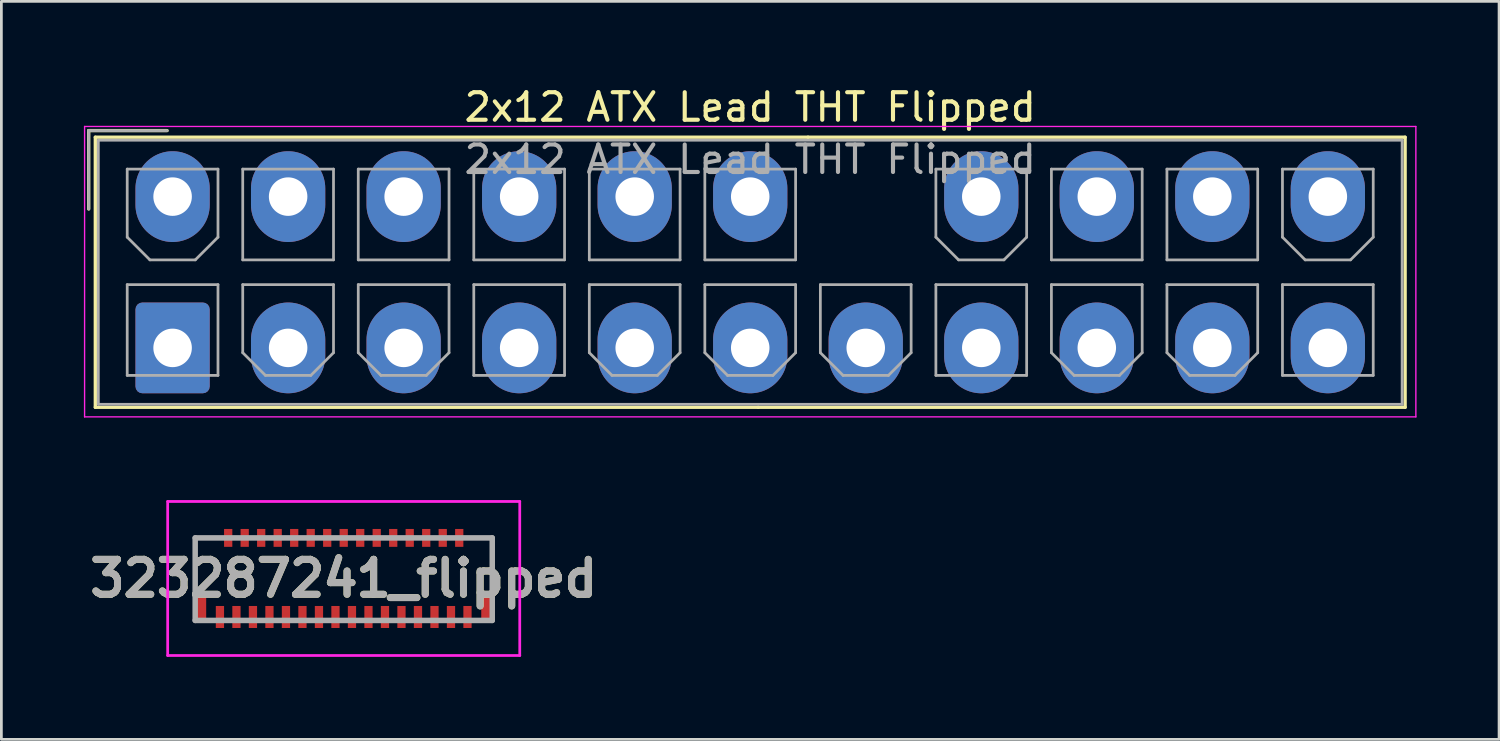
<source format=kicad_pcb>
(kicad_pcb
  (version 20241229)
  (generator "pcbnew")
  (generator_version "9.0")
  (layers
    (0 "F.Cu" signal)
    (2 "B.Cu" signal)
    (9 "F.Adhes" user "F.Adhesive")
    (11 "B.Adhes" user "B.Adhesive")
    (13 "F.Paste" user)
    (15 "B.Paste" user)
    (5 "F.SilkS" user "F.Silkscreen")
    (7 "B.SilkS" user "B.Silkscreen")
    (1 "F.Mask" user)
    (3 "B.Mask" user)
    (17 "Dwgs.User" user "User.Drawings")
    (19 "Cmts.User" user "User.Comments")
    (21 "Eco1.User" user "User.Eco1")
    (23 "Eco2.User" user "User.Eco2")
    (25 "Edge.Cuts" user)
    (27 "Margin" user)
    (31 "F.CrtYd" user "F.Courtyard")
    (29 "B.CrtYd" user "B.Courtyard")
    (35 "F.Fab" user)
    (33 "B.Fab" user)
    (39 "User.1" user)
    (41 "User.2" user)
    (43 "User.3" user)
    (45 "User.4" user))
  (footprint "323287241_flipped"
    (layer "F.Cu")
    (at 9.446 17.981)
    (property "Reference" "323287241_flipped" (at 0 0 0) (layer "F.SilkS") (effects (font (size 1.27 1.27) (thickness 0.254))))
    (attr smd)
    (fp_line (start -5.4 -1.475) (end -5.4 0.525) (stroke (width 0.1) (type solid)) (layer "F.SilkS"))
    (fp_line (start -4.8 -1.475) (end -5.4 -1.475) (stroke (width 0.1) (type solid)) (layer "F.SilkS"))
    (fp_line (start 4.7 -1.475) (end 5.4 -1.475) (stroke (width 0.1) (type solid)) (layer "F.SilkS"))
    (fp_line (start 5.4 -1.475) (end 5.4 0.525) (stroke (width 0.1) (type solid)) (layer "F.SilkS"))
    (fp_line (start -6.4 -2.8) (end 6.4 -2.8) (stroke (width 0.1) (type solid)) (layer "F.CrtYd"))
    (fp_line (start -6.4 2.8) (end -6.4 -2.8) (stroke (width 0.1) (type solid)) (layer "F.CrtYd"))
    (fp_line (start 6.4 -2.8) (end 6.4 2.8) (stroke (width 0.1) (type solid)) (layer "F.CrtYd"))
    (fp_line (start 6.4 2.8) (end -6.4 2.8) (stroke (width 0.1) (type solid)) (layer "F.CrtYd"))
    (fp_line (start -5.4 -1.475) (end 5.4 -1.475) (stroke (width 0.2) (type solid)) (layer "F.Fab"))
    (fp_line (start -5.4 1.525) (end -5.4 -1.475) (stroke (width 0.2) (type solid)) (layer "F.Fab"))
    (fp_line (start 5.4 -1.475) (end 5.4 1.525) (stroke (width 0.2) (type solid)) (layer "F.Fab"))
    (fp_line (start 5.4 1.525) (end -5.4 1.525) (stroke (width 0.2) (type solid)) (layer "F.Fab"))
    (fp_text user "${REFERENCE}" (at 0 0 0) (layer "F.Fab") (effects (font (size 1.27 1.27) (thickness 0.254))))
    (pad "1" smd rect (at 4.5 1.4) (size 0.3 0.8) (layers "F.Cu" "F.Mask" "F.Paste"))
    (pad "2" smd rect (at 4.2 -1.475) (size 0.3 0.65) (layers "F.Cu" "F.Mask" "F.Paste"))
    (pad "3" smd rect (at 3.9 1.4) (size 0.3 0.8) (layers "F.Cu" "F.Mask" "F.Paste"))
    (pad "4" smd rect (at 3.6 -1.475) (size 0.3 0.65) (layers "F.Cu" "F.Mask" "F.Paste"))
    (pad "5" smd rect (at 3.3 1.4) (size 0.3 0.8) (layers "F.Cu" "F.Mask" "F.Paste"))
    (pad "6" smd rect (at 3 -1.475) (size 0.3 0.65) (layers "F.Cu" "F.Mask" "F.Paste"))
    (pad "7" smd rect (at 2.7 1.4) (size 0.3 0.8) (layers "F.Cu" "F.Mask" "F.Paste"))
    (pad "8" smd rect (at 2.4 -1.475) (size 0.3 0.65) (layers "F.Cu" "F.Mask" "F.Paste"))
    (pad "9" smd rect (at 2.1 1.4) (size 0.3 0.8) (layers "F.Cu" "F.Mask" "F.Paste"))
    (pad "10" smd rect (at 1.8 -1.475) (size 0.3 0.65) (layers "F.Cu" "F.Mask" "F.Paste"))
    (pad "11" smd rect (at 1.5 1.4) (size 0.3 0.8) (layers "F.Cu" "F.Mask" "F.Paste"))
    (pad "12" smd rect (at 1.2 -1.475) (size 0.3 0.65) (layers "F.Cu" "F.Mask" "F.Paste"))
    (pad "13" smd rect (at 0.9 1.4) (size 0.3 0.8) (layers "F.Cu" "F.Mask" "F.Paste"))
    (pad "14" smd rect (at 0.6 -1.475) (size 0.3 0.65) (layers "F.Cu" "F.Mask" "F.Paste"))
    (pad "15" smd rect (at 0.3 1.4) (size 0.3 0.8) (layers "F.Cu" "F.Mask" "F.Paste"))
    (pad "16" smd rect (at 0 -1.475) (size 0.3 0.65) (layers "F.Cu" "F.Mask" "F.Paste"))
    (pad "17" smd rect (at -0.3 1.4) (size 0.3 0.8) (layers "F.Cu" "F.Mask" "F.Paste"))
    (pad "18" smd rect (at -0.6 -1.475) (size 0.3 0.65) (layers "F.Cu" "F.Mask" "F.Paste"))
    (pad "19" smd rect (at -0.9 1.4) (size 0.3 0.8) (layers "F.Cu" "F.Mask" "F.Paste"))
    (pad "20" smd rect (at -1.2 -1.475) (size 0.3 0.65) (layers "F.Cu" "F.Mask" "F.Paste"))
    (pad "21" smd rect (at -1.5 1.4) (size 0.3 0.8) (layers "F.Cu" "F.Mask" "F.Paste"))
    (pad "22" smd rect (at -1.8 -1.475) (size 0.3 0.65) (layers "F.Cu" "F.Mask" "F.Paste"))
    (pad "23" smd rect (at -2.1 1.4) (size 0.3 0.8) (layers "F.Cu" "F.Mask" "F.Paste"))
    (pad "24" smd rect (at -2.4 -1.475) (size 0.3 0.65) (layers "F.Cu" "F.Mask" "F.Paste"))
    (pad "25" smd rect (at -2.7 1.4) (size 0.3 0.8) (layers "F.Cu" "F.Mask" "F.Paste"))
    (pad "26" smd rect (at -3 -1.475) (size 0.3 0.65) (layers "F.Cu" "F.Mask" "F.Paste"))
    (pad "27" smd rect (at -3.3 1.4) (size 0.3 0.8) (layers "F.Cu" "F.Mask" "F.Paste"))
    (pad "28" smd rect (at -3.6 -1.475) (size 0.3 0.65) (layers "F.Cu" "F.Mask" "F.Paste"))
    (pad "29" smd rect (at -3.9 1.4) (size 0.3 0.8) (layers "F.Cu" "F.Mask" "F.Paste"))
    (pad "30" smd rect (at -4.2 -1.475) (size 0.3 0.65) (layers "F.Cu" "F.Mask" "F.Paste"))
    (pad "31" smd rect (at -4.5 1.4) (size 0.3 0.8) (layers "F.Cu" "F.Mask" "F.Paste"))
    (pad "MP1" smd rect (at -5.2 1.125) (size 0.4 0.95) (layers "F.Cu" "F.Mask" "F.Paste"))
    (pad "MP2" smd rect (at 5.2 1.125) (size 0.4 0.95) (layers "F.Cu" "F.Mask" "F.Paste")))
  (footprint "2x12 ATX Lead THT Flipped"
    (layer "F.Cu")
    (at 3.225 4.298)
    (property "Reference" "2x12 ATX Lead THT Flipped" (at 21 -3.45 0) (layer "F.SilkS") (effects (font (size 1 1) (thickness 0.15))))
    (attr through_hole exclude_from_bom)
    (fp_line (start -3.05 -2.6) (end -3.05 0.25) (stroke (width 0.12) (type solid)) (layer "F.SilkS"))
    (fp_line (start -2.81 -2.36) (end -2.81 7.46) (stroke (width 0.12) (type solid)) (layer "F.SilkS"))
    (fp_line (start -2.81 7.46) (end 21.29 7.46) (stroke (width 0.12) (type solid)) (layer "F.SilkS"))
    (fp_line (start -0.2 -2.6) (end -3.05 -2.6) (stroke (width 0.12) (type solid)) (layer "F.SilkS"))
    (fp_line (start 23.1 -2.36) (end -2.81 -2.36) (stroke (width 0.12) (type solid)) (layer "F.SilkS"))
    (fp_line (start 23.1 -2.36) (end 44.81 -2.36) (stroke (width 0.12) (type solid)) (layer "F.SilkS"))
    (fp_line (start 44.81 -2.36) (end 44.81 7.46) (stroke (width 0.12) (type solid)) (layer "F.SilkS"))
    (fp_line (start 44.81 7.46) (end 21.29 7.46) (stroke (width 0.12) (type solid)) (layer "F.SilkS"))
    (fp_line (start -3.2 -2.75) (end -3.2 7.808) (stroke (width 0.05) (type solid)) (layer "F.CrtYd"))
    (fp_line (start -3.2 7.808) (end 45.2 7.808) (stroke (width 0.05) (type solid)) (layer "F.CrtYd"))
    (fp_line (start 45.2 -2.75) (end -3.2 -2.75) (stroke (width 0.05) (type solid)) (layer "F.CrtYd"))
    (fp_line (start 45.2 7.808) (end 45.2 -2.75) (stroke (width 0.05) (type solid)) (layer "F.CrtYd"))
    (fp_line (start -3.05 -2.6) (end -3.05 0.25) (stroke (width 0.1) (type solid)) (layer "F.Fab"))
    (fp_line (start -2.7 -2.25) (end -2.7 7.35) (stroke (width 0.1) (type solid)) (layer "F.Fab"))
    (fp_line (start -2.7 7.35) (end 44.7 7.35) (stroke (width 0.1) (type solid)) (layer "F.Fab"))
    (fp_line (start -1.65 -1.2) (end -1.65 1.275) (stroke (width 0.1) (type solid)) (layer "F.Fab"))
    (fp_line (start -1.65 1.275) (end -0.825 2.1) (stroke (width 0.1) (type solid)) (layer "F.Fab"))
    (fp_line (start -1.65 3) (end 1.65 3) (stroke (width 0.1) (type solid)) (layer "F.Fab"))
    (fp_line (start -1.65 6.3) (end -1.65 3) (stroke (width 0.1) (type solid)) (layer "F.Fab"))
    (fp_line (start -0.825 2.1) (end 0.825 2.1) (stroke (width 0.1) (type solid)) (layer "F.Fab"))
    (fp_line (start -0.2 -2.6) (end -3.05 -2.6) (stroke (width 0.1) (type solid)) (layer "F.Fab"))
    (fp_line (start 0.825 2.1) (end 1.65 1.275) (stroke (width 0.1) (type solid)) (layer "F.Fab"))
    (fp_line (start 1.65 -1.2) (end -1.65 -1.2) (stroke (width 0.1) (type solid)) (layer "F.Fab"))
    (fp_line (start 1.65 1.275) (end 1.65 -1.2) (stroke (width 0.1) (type solid)) (layer "F.Fab"))
    (fp_line (start 1.65 3) (end 1.65 6.3) (stroke (width 0.1) (type solid)) (layer "F.Fab"))
    (fp_line (start 1.65 6.3) (end -1.65 6.3) (stroke (width 0.1) (type solid)) (layer "F.Fab"))
    (fp_line (start 2.55 -1.2) (end 5.85 -1.2) (stroke (width 0.1) (type solid)) (layer "F.Fab"))
    (fp_line (start 2.55 2.1) (end 2.55 -1.2) (stroke (width 0.1) (type solid)) (layer "F.Fab"))
    (fp_line (start 2.55 3) (end 2.55 5.475) (stroke (width 0.1) (type solid)) (layer "F.Fab"))
    (fp_line (start 2.55 5.475) (end 3.375 6.3) (stroke (width 0.1) (type solid)) (layer "F.Fab"))
    (fp_line (start 3.375 6.3) (end 5.025 6.3) (stroke (width 0.1) (type solid)) (layer "F.Fab"))
    (fp_line (start 5.025 6.3) (end 5.85 5.475) (stroke (width 0.1) (type solid)) (layer "F.Fab"))
    (fp_line (start 5.85 -1.2) (end 5.85 2.1) (stroke (width 0.1) (type solid)) (layer "F.Fab"))
    (fp_line (start 5.85 2.1) (end 2.55 2.1) (stroke (width 0.1) (type solid)) (layer "F.Fab"))
    (fp_line (start 5.85 3) (end 2.55 3) (stroke (width 0.1) (type solid)) (layer "F.Fab"))
    (fp_line (start 5.85 5.475) (end 5.85 3) (stroke (width 0.1) (type solid)) (layer "F.Fab"))
    (fp_line (start 6.75 -1.2) (end 10.05 -1.2) (stroke (width 0.1) (type solid)) (layer "F.Fab"))
    (fp_line (start 6.75 2.1) (end 6.75 -1.2) (stroke (width 0.1) (type solid)) (layer "F.Fab"))
    (fp_line (start 6.75 3) (end 6.75 5.475) (stroke (width 0.1) (type solid)) (layer "F.Fab"))
    (fp_line (start 6.75 5.475) (end 7.575 6.3) (stroke (width 0.1) (type solid)) (layer "F.Fab"))
    (fp_line (start 7.575 6.3) (end 9.225 6.3) (stroke (width 0.1) (type solid)) (layer "F.Fab"))
    (fp_line (start 9.225 6.3) (end 10.05 5.475) (stroke (width 0.1) (type solid)) (layer "F.Fab"))
    (fp_line (start 10.05 -1.2) (end 10.05 2.1) (stroke (width 0.1) (type solid)) (layer "F.Fab"))
    (fp_line (start 10.05 2.1) (end 6.75 2.1) (stroke (width 0.1) (type solid)) (layer "F.Fab"))
    (fp_line (start 10.05 3) (end 6.75 3) (stroke (width 0.1) (type solid)) (layer "F.Fab"))
    (fp_line (start 10.05 5.475) (end 10.05 3) (stroke (width 0.1) (type solid)) (layer "F.Fab"))
    (fp_line (start 10.95 -1.2) (end 14.25 -1.2) (stroke (width 0.1) (type solid)) (layer "F.Fab"))
    (fp_line (start 10.95 2.1) (end 10.95 -1.2) (stroke (width 0.1) (type solid)) (layer "F.Fab"))
    (fp_line (start 10.95 3) (end 14.25 3) (stroke (width 0.1) (type solid)) (layer "F.Fab"))
    (fp_line (start 10.95 6.3) (end 10.95 3) (stroke (width 0.1) (type solid)) (layer "F.Fab"))
    (fp_line (start 14.25 -1.2) (end 14.25 2.1) (stroke (width 0.1) (type solid)) (layer "F.Fab"))
    (fp_line (start 14.25 2.1) (end 10.95 2.1) (stroke (width 0.1) (type solid)) (layer "F.Fab"))
    (fp_line (start 14.25 3) (end 14.25 6.3) (stroke (width 0.1) (type solid)) (layer "F.Fab"))
    (fp_line (start 14.25 6.3) (end 10.95 6.3) (stroke (width 0.1) (type solid)) (layer "F.Fab"))
    (fp_line (start 15.15 -1.2) (end 18.45 -1.2) (stroke (width 0.1) (type solid)) (layer "F.Fab"))
    (fp_line (start 15.15 2.1) (end 15.15 -1.2) (stroke (width 0.1) (type solid)) (layer "F.Fab"))
    (fp_line (start 15.15 3) (end 15.15 5.475) (stroke (width 0.1) (type solid)) (layer "F.Fab"))
    (fp_line (start 15.15 5.475) (end 15.975 6.3) (stroke (width 0.1) (type solid)) (layer "F.Fab"))
    (fp_line (start 15.975 6.3) (end 17.625 6.3) (stroke (width 0.1) (type solid)) (layer "F.Fab"))
    (fp_line (start 17.625 6.3) (end 18.45 5.475) (stroke (width 0.1) (type solid)) (layer "F.Fab"))
    (fp_line (start 18.45 -1.2) (end 18.45 2.1) (stroke (width 0.1) (type solid)) (layer "F.Fab"))
    (fp_line (start 18.45 2.1) (end 15.15 2.1) (stroke (width 0.1) (type solid)) (layer "F.Fab"))
    (fp_line (start 18.45 3) (end 15.15 3) (stroke (width 0.1) (type solid)) (layer "F.Fab"))
    (fp_line (start 18.45 5.475) (end 18.45 3) (stroke (width 0.1) (type solid)) (layer "F.Fab"))
    (fp_line (start 19.35 -1.2) (end 22.65 -1.2) (stroke (width 0.1) (type solid)) (layer "F.Fab"))
    (fp_line (start 19.35 2.1) (end 19.35 -1.2) (stroke (width 0.1) (type solid)) (layer "F.Fab"))
    (fp_line (start 19.35 3) (end 19.35 5.475) (stroke (width 0.1) (type solid)) (layer "F.Fab"))
    (fp_line (start 19.35 5.475) (end 20.175 6.3) (stroke (width 0.1) (type solid)) (layer "F.Fab"))
    (fp_line (start 20.175 6.3) (end 21.825 6.3) (stroke (width 0.1) (type solid)) (layer "F.Fab"))
    (fp_line (start 21.825 6.3) (end 22.65 5.475) (stroke (width 0.1) (type solid)) (layer "F.Fab"))
    (fp_line (start 22.65 -1.2) (end 22.65 2.1) (stroke (width 0.1) (type solid)) (layer "F.Fab"))
    (fp_line (start 22.65 2.1) (end 19.35 2.1) (stroke (width 0.1) (type solid)) (layer "F.Fab"))
    (fp_line (start 22.65 3) (end 19.35 3) (stroke (width 0.1) (type solid)) (layer "F.Fab"))
    (fp_line (start 22.65 5.475) (end 22.65 3) (stroke (width 0.1) (type solid)) (layer "F.Fab"))
    (fp_line (start 23.55 3) (end 23.55 5.475) (stroke (width 0.1) (type solid)) (layer "F.Fab"))
    (fp_line (start 23.55 5.475) (end 24.375 6.3) (stroke (width 0.1) (type solid)) (layer "F.Fab"))
    (fp_line (start 24.375 6.3) (end 26.025 6.3) (stroke (width 0.1) (type solid)) (layer "F.Fab"))
    (fp_line (start 26.025 6.3) (end 26.85 5.475) (stroke (width 0.1) (type solid)) (layer "F.Fab"))
    (fp_line (start 26.85 3) (end 23.55 3) (stroke (width 0.1) (type solid)) (layer "F.Fab"))
    (fp_line (start 26.85 5.475) (end 26.85 3) (stroke (width 0.1) (type solid)) (layer "F.Fab"))
    (fp_line (start 27.75 -1.2) (end 27.75 1.275) (stroke (width 0.1) (type solid)) (layer "F.Fab"))
    (fp_line (start 27.75 1.275) (end 28.575 2.1) (stroke (width 0.1) (type solid)) (layer "F.Fab"))
    (fp_line (start 27.75 3) (end 31.05 3) (stroke (width 0.1) (type solid)) (layer "F.Fab"))
    (fp_line (start 27.75 6.3) (end 27.75 3) (stroke (width 0.1) (type solid)) (layer "F.Fab"))
    (fp_line (start 28.575 2.1) (end 30.225 2.1) (stroke (width 0.1) (type solid)) (layer "F.Fab"))
    (fp_line (start 30.225 2.1) (end 31.05 1.275) (stroke (width 0.1) (type solid)) (layer "F.Fab"))
    (fp_line (start 31.05 -1.2) (end 27.75 -1.2) (stroke (width 0.1) (type solid)) (layer "F.Fab"))
    (fp_line (start 31.05 1.275) (end 31.05 -1.2) (stroke (width 0.1) (type solid)) (layer "F.Fab"))
    (fp_line (start 31.05 3) (end 31.05 6.3) (stroke (width 0.1) (type solid)) (layer "F.Fab"))
    (fp_line (start 31.05 6.3) (end 27.75 6.3) (stroke (width 0.1) (type solid)) (layer "F.Fab"))
    (fp_line (start 31.95 -1.2) (end 35.25 -1.2) (stroke (width 0.1) (type solid)) (layer "F.Fab"))
    (fp_line (start 31.95 2.1) (end 31.95 -1.2) (stroke (width 0.1) (type solid)) (layer "F.Fab"))
    (fp_line (start 31.95 3) (end 31.95 5.475) (stroke (width 0.1) (type solid)) (layer "F.Fab"))
    (fp_line (start 31.95 5.475) (end 32.775 6.3) (stroke (width 0.1) (type solid)) (layer "F.Fab"))
    (fp_line (start 32.775 6.3) (end 34.425 6.3) (stroke (width 0.1) (type solid)) (layer "F.Fab"))
    (fp_line (start 34.425 6.3) (end 35.25 5.475) (stroke (width 0.1) (type solid)) (layer "F.Fab"))
    (fp_line (start 35.25 -1.2) (end 35.25 2.1) (stroke (width 0.1) (type solid)) (layer "F.Fab"))
    (fp_line (start 35.25 2.1) (end 31.95 2.1) (stroke (width 0.1) (type solid)) (layer "F.Fab"))
    (fp_line (start 35.25 3) (end 31.95 3) (stroke (width 0.1) (type solid)) (layer "F.Fab"))
    (fp_line (start 35.25 5.475) (end 35.25 3) (stroke (width 0.1) (type solid)) (layer "F.Fab"))
    (fp_line (start 36.15 -1.2) (end 39.45 -1.2) (stroke (width 0.1) (type solid)) (layer "F.Fab"))
    (fp_line (start 36.15 2.1) (end 36.15 -1.2) (stroke (width 0.1) (type solid)) (layer "F.Fab"))
    (fp_line (start 36.15 3) (end 36.15 5.475) (stroke (width 0.1) (type solid)) (layer "F.Fab"))
    (fp_line (start 36.15 5.475) (end 36.975 6.3) (stroke (width 0.1) (type solid)) (layer "F.Fab"))
    (fp_line (start 36.975 6.3) (end 38.625 6.3) (stroke (width 0.1) (type solid)) (layer "F.Fab"))
    (fp_line (start 38.625 6.3) (end 39.45 5.475) (stroke (width 0.1) (type solid)) (layer "F.Fab"))
    (fp_line (start 39.45 -1.2) (end 39.45 2.1) (stroke (width 0.1) (type solid)) (layer "F.Fab"))
    (fp_line (start 39.45 2.1) (end 36.15 2.1) (stroke (width 0.1) (type solid)) (layer "F.Fab"))
    (fp_line (start 39.45 3) (end 36.15 3) (stroke (width 0.1) (type solid)) (layer "F.Fab"))
    (fp_line (start 39.45 5.475) (end 39.45 3) (stroke (width 0.1) (type solid)) (layer "F.Fab"))
    (fp_line (start 40.35 -1.2) (end 40.35 1.275) (stroke (width 0.1) (type solid)) (layer "F.Fab"))
    (fp_line (start 40.35 1.275) (end 41.175 2.1) (stroke (width 0.1) (type solid)) (layer "F.Fab"))
    (fp_line (start 40.35 3) (end 43.65 3) (stroke (width 0.1) (type solid)) (layer "F.Fab"))
    (fp_line (start 40.35 6.3) (end 40.35 3) (stroke (width 0.1) (type solid)) (layer "F.Fab"))
    (fp_line (start 41.175 2.1) (end 42.825 2.1) (stroke (width 0.1) (type solid)) (layer "F.Fab"))
    (fp_line (start 42.825 2.1) (end 43.65 1.275) (stroke (width 0.1) (type solid)) (layer "F.Fab"))
    (fp_line (start 43.65 -1.2) (end 40.35 -1.2) (stroke (width 0.1) (type solid)) (layer "F.Fab"))
    (fp_line (start 43.65 1.275) (end 43.65 -1.2) (stroke (width 0.1) (type solid)) (layer "F.Fab"))
    (fp_line (start 43.65 3) (end 43.65 6.3) (stroke (width 0.1) (type solid)) (layer "F.Fab"))
    (fp_line (start 43.65 6.3) (end 40.35 6.3) (stroke (width 0.1) (type solid)) (layer "F.Fab"))
    (fp_line (start 44.7 -2.25) (end -2.7 -2.25) (stroke (width 0.1) (type solid)) (layer "F.Fab"))
    (fp_line (start 44.7 7.35) (end 44.7 -2.25) (stroke (width 0.1) (type solid)) (layer "F.Fab"))
    (fp_text user "${REFERENCE}" (at 21 -1.55 0) (layer "F.Fab") (effects (font (size 1 1) (thickness 0.15))))
    (pad "1" thru_hole roundrect (at 0 5.3 180) (size 2.7 3.3) (drill 1.4) (layers "*.Cu" "*.Mask") (roundrect_rratio 0.093))
    (pad "2" thru_hole oval (at 4.2 5.3 180) (size 2.7 3.3) (drill 1.4) (layers "*.Cu" "*.Mask"))
    (pad "3" thru_hole oval (at 8.4 5.3 180) (size 2.7 3.3) (drill 1.4) (layers "*.Cu" "*.Mask"))
    (pad "4" thru_hole oval (at 12.6 5.3 180) (size 2.7 3.3) (drill 1.4) (layers "*.Cu" "*.Mask"))
    (pad "5" thru_hole oval (at 12.6 -0.2 180) (size 2.7 3.3) (drill 1.4) (layers "*.Cu" "*.Mask"))
    (pad "6" thru_hole oval (at 21 5.3 180) (size 2.7 3.3) (drill 1.4) (layers "*.Cu" "*.Mask"))
    (pad "7" thru_hole oval (at 25.2 5.3 180) (size 2.7 3.3) (drill 1.4) (layers "*.Cu" "*.Mask"))
    (pad "8" thru_hole oval (at 29.4 5.3 180) (size 2.7 3.3) (drill 1.4) (layers "*.Cu" "*.Mask"))
    (pad "10" thru_hole oval (at 33.6 5.3 180) (size 2.7 3.3) (drill 1.4) (layers "*.Cu" "*.Mask"))
    (pad "11" thru_hole oval (at 37.8 5.3 180) (size 2.7 3.3) (drill 1.4) (layers "*.Cu" "*.Mask"))
    (pad "12" thru_hole oval (at 42 5.3 180) (size 2.7 3.3) (drill 1.4) (layers "*.Cu" "*.Mask"))
    (pad "13" thru_hole oval (at 0 -0.2 180) (size 2.7 3.3) (drill 1.4) (layers "*.Cu" "*.Mask"))
    (pad "14" thru_hole oval (at 4.2 -0.2 180) (size 2.7 3.3) (drill 1.4) (layers "*.Cu" "*.Mask"))
    (pad "15" thru_hole oval (at 8.4 -0.2 180) (size 2.7 3.3) (drill 1.4) (layers "*.Cu" "*.Mask"))
    (pad "17" thru_hole oval (at 16.8 5.3 180) (size 2.7 3.3) (drill 1.4) (layers "*.Cu" "*.Mask"))
    (pad "18" thru_hole oval (at 16.8 -0.2 180) (size 2.7 3.3) (drill 1.4) (layers "*.Cu" "*.Mask"))
    (pad "19" thru_hole oval (at 21 -0.2 180) (size 2.7 3.3) (drill 1.4) (layers "*.Cu" "*.Mask"))
    (pad "21" thru_hole oval (at 29.4 -0.2 180) (size 2.7 3.3) (drill 1.4) (layers "*.Cu" "*.Mask"))
    (pad "22" thru_hole oval (at 33.6 -0.2 180) (size 2.7 3.3) (drill 1.4) (layers "*.Cu" "*.Mask"))
    (pad "23" thru_hole oval (at 37.8 -0.2 180) (size 2.7 3.3) (drill 1.4) (layers "*.Cu" "*.Mask"))
    (pad "24" thru_hole oval (at 42 -0.2 180) (size 2.7 3.3) (drill 1.4) (layers "*.Cu" "*.Mask")))
  (gr_rect
    (start -3 -3)
    (end 51.45 23.831)
    (stroke (width 0.1) (type default))
    (fill no)
    (layer "Edge.Cuts")))
</source>
